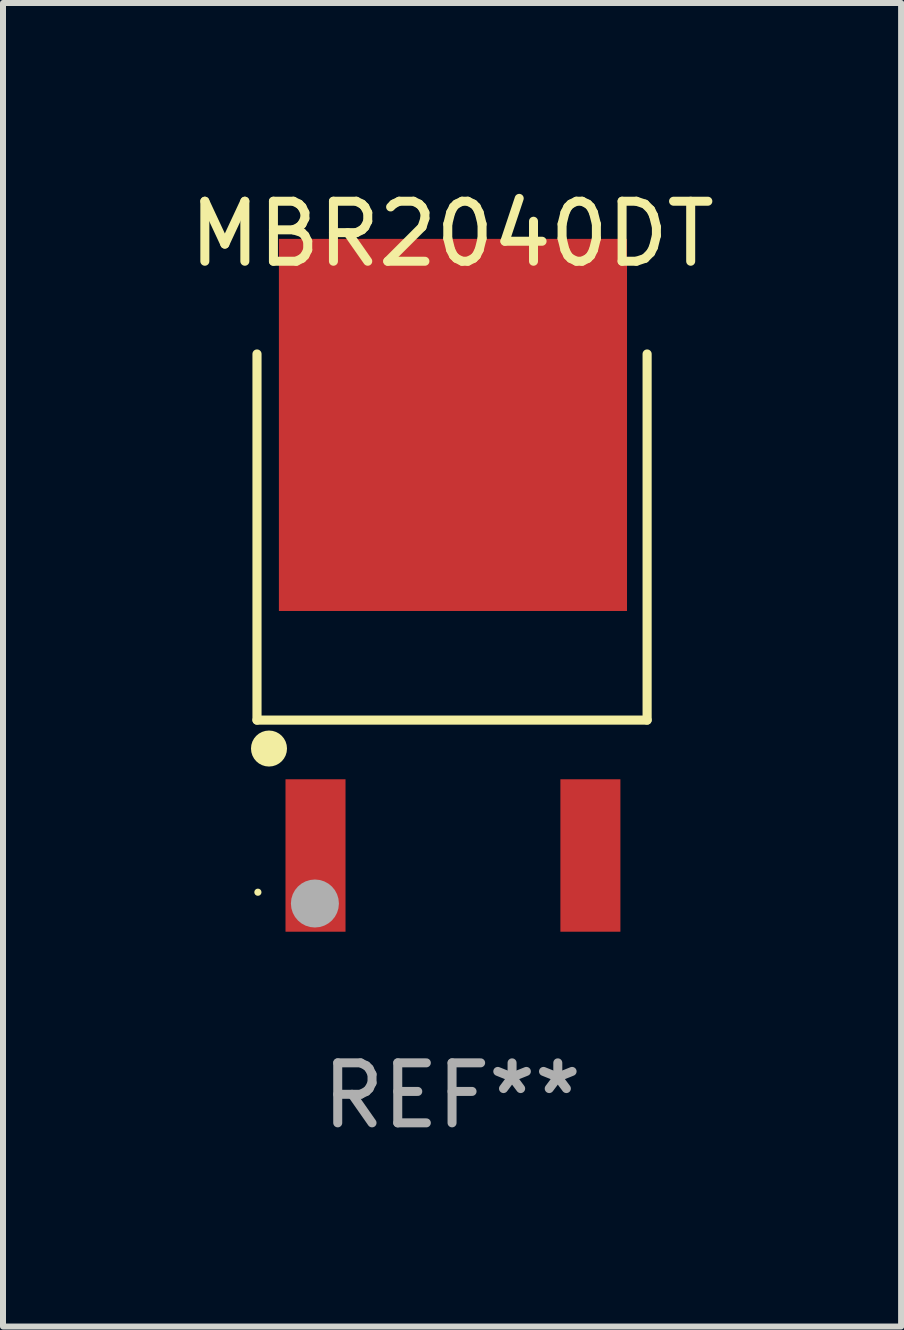
<source format=kicad_pcb>
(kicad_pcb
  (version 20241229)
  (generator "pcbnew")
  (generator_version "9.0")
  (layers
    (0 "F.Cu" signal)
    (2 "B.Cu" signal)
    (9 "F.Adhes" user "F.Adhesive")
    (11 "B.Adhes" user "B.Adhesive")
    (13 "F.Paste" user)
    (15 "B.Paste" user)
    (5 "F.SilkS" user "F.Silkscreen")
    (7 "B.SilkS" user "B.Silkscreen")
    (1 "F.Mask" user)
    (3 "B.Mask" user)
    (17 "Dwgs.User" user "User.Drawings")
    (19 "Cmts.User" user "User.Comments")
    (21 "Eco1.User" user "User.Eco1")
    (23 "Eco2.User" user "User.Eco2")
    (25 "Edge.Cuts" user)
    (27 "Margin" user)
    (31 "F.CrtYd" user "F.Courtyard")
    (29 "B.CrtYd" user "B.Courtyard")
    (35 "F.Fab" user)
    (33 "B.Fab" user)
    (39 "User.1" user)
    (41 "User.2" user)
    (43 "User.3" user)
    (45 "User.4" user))
  (footprint "MBR2040DT"
    (layer "F.Cu")
    (at 4.482 7.026)
    (property "Reference" "MBR2040DT" (at 0 -6.178 0) (layer "F.SilkS") (effects (font (size 1 1) (thickness 0.15))))
    (attr through_hole)
    (fp_line (start -3.25 1.922) (end -3.25 -4.178) (stroke (width 0.152) (type solid)) (layer "F.SilkS"))
    (fp_line (start 3.25 -4.178) (end 3.25 1.922) (stroke (width 0.152) (type solid)) (layer "F.SilkS"))
    (fp_line (start 3.25 1.922) (end -3.25 1.922) (stroke (width 0.152) (type solid)) (layer "F.SilkS"))
    (fp_circle (center -3.235 4.79) (end -3.205 4.79) (stroke (width 0.06) (type solid)) (fill no) (layer "F.SilkS"))
    (fp_circle (center -3.05 2.396) (end -2.9 2.396) (stroke (width 0.3) (type solid)) (fill no) (layer "F.SilkS"))
    (fp_circle (center -2.285 4.978) (end -2.085 4.978) (stroke (width 0.4) (type solid)) (fill no) (layer "F.Fab"))
    (fp_text user "REF**" (at 0 8.178 0) (layer "F.Fab") (effects (font (size 1 1) (thickness 0.15))))
    (pad "1" smd rect (at -2.275 4.178) (size 1 2.54) (layers "F.Cu" "F.Mask" "F.Paste"))
    (pad "2" smd rect (at 0.015 -2.996) (size 5.8 6.2) (layers "F.Cu" "F.Mask" "F.Paste"))
    (pad "3" smd rect (at 2.305 4.178) (size 1 2.54) (layers "F.Cu" "F.Mask" "F.Paste")))
  (gr_rect
    (start -3 -3)
    (end 11.964 19.052)
    (stroke (width 0.1) (type default))
    (fill no)
    (layer "Edge.Cuts")))
</source>
